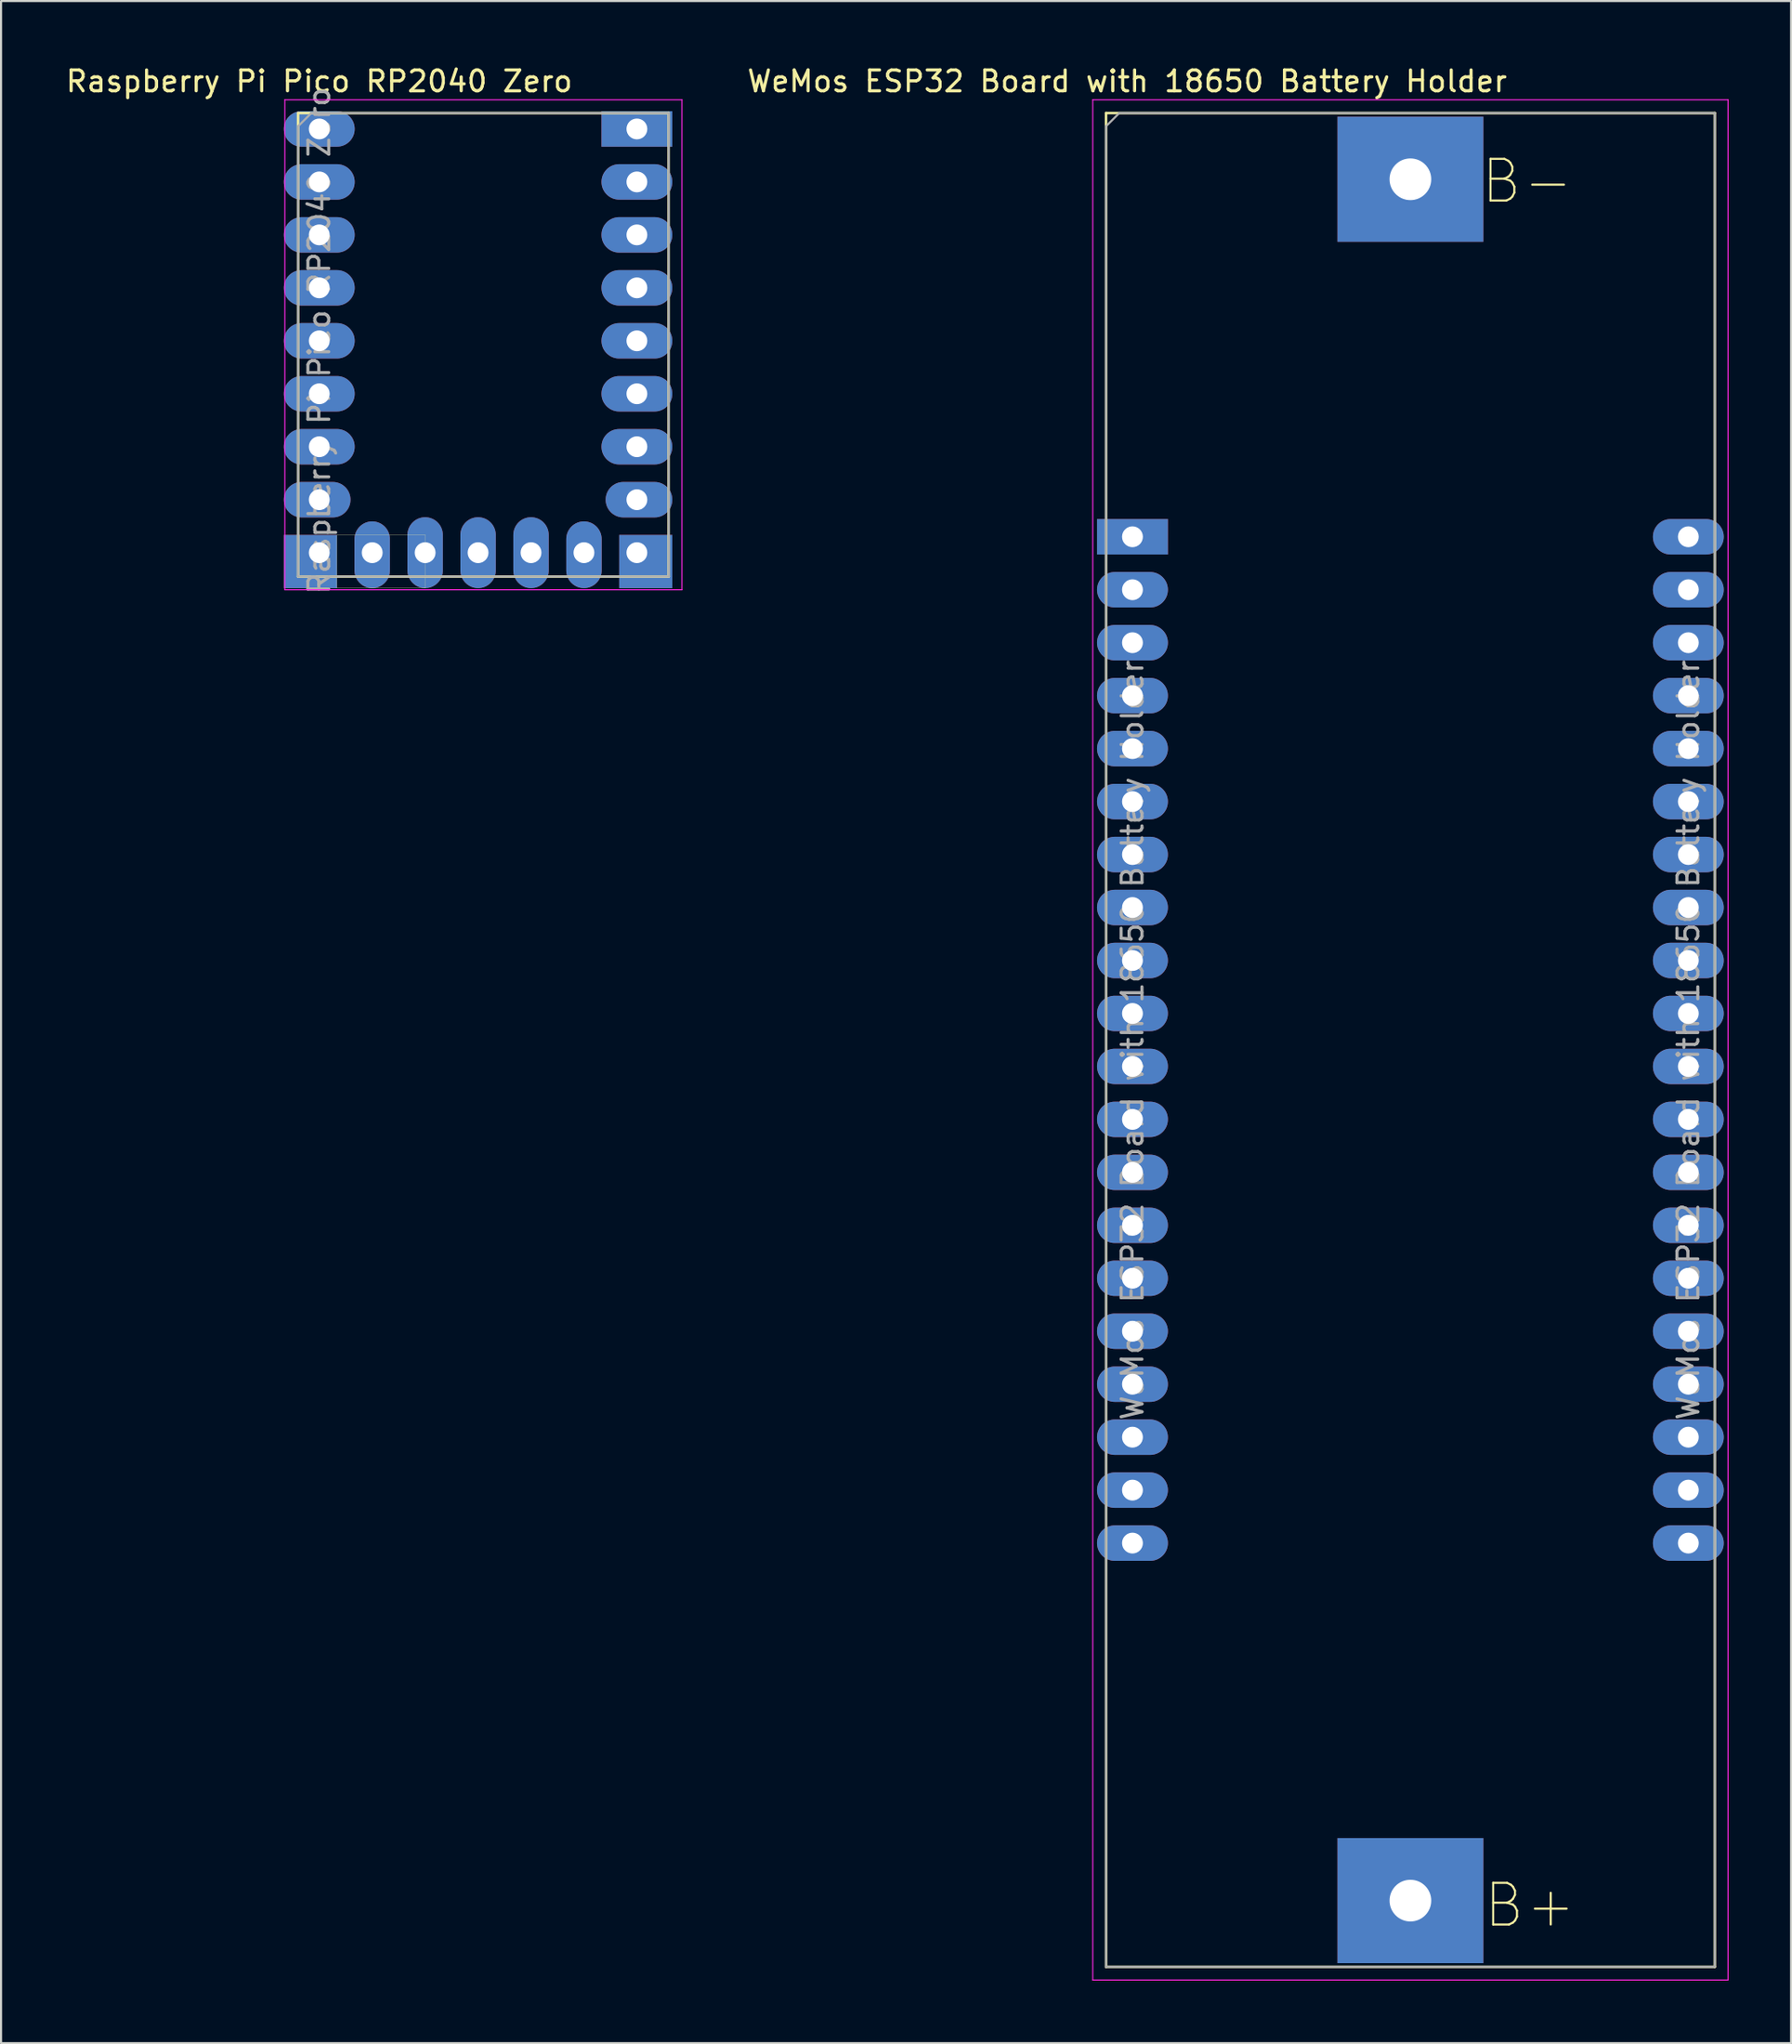
<source format=kicad_pcb>
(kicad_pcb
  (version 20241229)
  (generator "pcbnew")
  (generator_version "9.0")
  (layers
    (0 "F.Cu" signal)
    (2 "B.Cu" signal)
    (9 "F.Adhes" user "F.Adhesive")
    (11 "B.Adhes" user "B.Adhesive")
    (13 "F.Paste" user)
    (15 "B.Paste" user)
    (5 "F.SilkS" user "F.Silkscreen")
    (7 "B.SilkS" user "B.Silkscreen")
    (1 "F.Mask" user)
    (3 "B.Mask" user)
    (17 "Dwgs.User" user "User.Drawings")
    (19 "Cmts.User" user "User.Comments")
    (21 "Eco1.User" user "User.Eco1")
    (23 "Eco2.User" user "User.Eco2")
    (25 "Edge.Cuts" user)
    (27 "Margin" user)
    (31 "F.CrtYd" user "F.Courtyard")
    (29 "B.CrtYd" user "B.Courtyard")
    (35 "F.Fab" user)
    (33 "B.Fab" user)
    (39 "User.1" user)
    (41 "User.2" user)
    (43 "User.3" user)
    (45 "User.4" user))
  (footprint "Raspberry Pi Pico RP2040 Zero"
    (layer "F.Cu")
    (at 12.268 3.134)
    (property "Reference" "Raspberry Pi Pico RP2040 Zero" (at 0 -2.286 0) (layer "F.SilkS") (effects (font (size 1 1) (thickness 0.15))))
    (attr through_hole)
    (fp_line (start -1.016 -0.762) (end -1.016 21.463) (stroke (width 0.12) (type solid)) (layer "F.SilkS"))
    (fp_line (start -1.016 -0.762) (end 16.764 -0.762) (stroke (width 0.12) (type solid)) (layer "F.SilkS"))
    (fp_line (start -1.016 21.463) (end 16.764 21.463) (stroke (width 0.12) (type solid)) (layer "F.SilkS"))
    (fp_line (start 16.764 -0.762) (end 16.764 21.463) (stroke (width 0.12) (type solid)) (layer "F.SilkS"))
    (fp_rect (start 0.85 19.47) (end 5.09 22.02) (stroke (width 0.01) (type solid)) (fill no) (layer "F.SilkS"))
    (fp_line (start -1.651 -1.397) (end -1.651 22.098) (stroke (width 0.05) (type solid)) (layer "F.CrtYd"))
    (fp_line (start -1.651 -1.397) (end 17.399 -1.397) (stroke (width 0.05) (type solid)) (layer "F.CrtYd"))
    (fp_line (start -1.651 22.098) (end 17.399 22.098) (stroke (width 0.05) (type solid)) (layer "F.CrtYd"))
    (fp_line (start 17.399 -1.397) (end 17.399 22.098) (stroke (width 0.05) (type solid)) (layer "F.CrtYd"))
    (fp_line (start -1.016 -0.127) (end -0.381 -0.762) (stroke (width 0.1) (type solid)) (layer "F.Fab"))
    (fp_line (start -1.016 21.463) (end -1.016 -0.127) (stroke (width 0.1) (type solid)) (layer "F.Fab"))
    (fp_line (start -0.381 -0.762) (end 16.764 -0.762) (stroke (width 0.1) (type solid)) (layer "F.Fab"))
    (fp_line (start 16.764 -0.762) (end 16.764 21.463) (stroke (width 0.1) (type solid)) (layer "F.Fab"))
    (fp_line (start 16.764 21.463) (end -1.016 21.463) (stroke (width 0.1) (type solid)) (layer "F.Fab"))
    (fp_text user "${REFERENCE}" (at 0 10.16 90) (layer "F.Fab") (effects (font (size 1 1) (thickness 0.15))))
    (pad "1" thru_hole rect (at 15.24 0) (size 3.4 1.7) (drill 1) (layers "*.Cu" "*.Mask"))
    (pad "2" thru_hole oval (at 15.24 2.54) (size 3.4 1.7) (drill 1) (layers "*.Cu" "*.Mask"))
    (pad "3" thru_hole oval (at 15.24 5.08) (size 3.4 1.7) (drill 1) (layers "*.Cu" "*.Mask"))
    (pad "4" thru_hole oval (at 15.24 7.62) (size 3.4 1.7) (drill 1) (layers "*.Cu" "*.Mask"))
    (pad "5" thru_hole oval (at 15.24 10.16) (size 3.4 1.7) (drill 1) (layers "*.Cu" "*.Mask"))
    (pad "6" thru_hole oval (at 15.24 12.7) (size 3.4 1.7) (drill 1) (layers "*.Cu" "*.Mask"))
    (pad "7" thru_hole oval (at 15.24 15.24) (size 3.4 1.7) (drill 1) (layers "*.Cu" "*.Mask"))
    (pad "8" thru_hole oval (at 15.24 17.78) (size 3.2 1.7) (drill 1 (offset 0.1 0)) (layers "*.Cu" "*.Mask"))
    (pad "9" thru_hole rect (at 15.24 20.32) (size 2.55 2.55) (drill 1 (offset 0.425 0.425)) (layers "*.Cu" "*.Mask"))
    (pad "10" thru_hole oval (at 12.7 20.32 270) (size 3.2 1.7) (drill 1 (offset 0.1 0)) (layers "*.Cu" "*.Mask"))
    (pad "11" thru_hole oval (at 10.16 20.32 270) (size 3.4 1.7) (drill 1) (layers "*.Cu" "*.Mask"))
    (pad "12" thru_hole oval (at 7.62 20.32 270) (size 3.4 1.7) (drill 1) (layers "*.Cu" "*.Mask"))
    (pad "13" thru_hole oval (at 5.08 20.32 270) (size 3.4 1.7) (drill 1) (layers "*.Cu" "*.Mask"))
    (pad "14" thru_hole oval (at 2.54 20.32 90) (size 3.2 1.7) (drill 1 (offset -0.1 0)) (layers "*.Cu" "*.Mask"))
    (pad "15" thru_hole rect (at 0 20.32) (size 2.55 2.55) (drill 1 (offset -0.425 0.425)) (layers "*.Cu" "*.Mask"))
    (pad "16" thru_hole oval (at 0 17.78) (size 3.2 1.7) (drill 1 (offset -0.1 0)) (layers "*.Cu" "*.Mask"))
    (pad "17" thru_hole oval (at 0 15.24) (size 3.4 1.7) (drill 1) (layers "*.Cu" "*.Mask"))
    (pad "18" thru_hole oval (at 0 12.7) (size 3.4 1.7) (drill 1) (layers "*.Cu" "*.Mask"))
    (pad "19" thru_hole oval (at 0 10.16) (size 3.4 1.7) (drill 1) (layers "*.Cu" "*.Mask"))
    (pad "20" thru_hole oval (at 0 7.62) (size 3.4 1.7) (drill 1) (layers "*.Cu" "*.Mask"))
    (pad "21" thru_hole oval (at 0 5.08) (size 3.4 1.7) (drill 1) (layers "*.Cu" "*.Mask"))
    (pad "22" thru_hole oval (at 0 2.54) (size 3.4 1.7) (drill 1) (layers "*.Cu" "*.Mask"))
    (pad "23" thru_hole oval (at 0 0) (size 3.4 1.7) (drill 1) (layers "*.Cu" "*.Mask")))
  (footprint "WeMos ESP32 Board with 18650 Battery Holder"
    (layer "F.Cu")
    (at 51.285 22.692)
    (property "Reference" "WeMos ESP32 Board with 18650 Battery Holder" (at -0.254 -21.844 0) (layer "F.SilkS") (effects (font (size 1 1) (thickness 0.15))))
    (attr through_hole)
    (fp_line (start -1.27 -20.32) (end -1.27 68.58) (stroke (width 0.12) (type solid)) (layer "F.SilkS"))
    (fp_line (start -1.27 -20.32) (end 27.94 -20.32) (stroke (width 0.12) (type solid)) (layer "F.SilkS"))
    (fp_line (start -1.27 68.58) (end 27.94 68.58) (stroke (width 0.12) (type solid)) (layer "F.SilkS"))
    (fp_line (start 27.94 -20.32) (end 27.94 68.58) (stroke (width 0.12) (type solid)) (layer "F.SilkS"))
    (fp_line (start -1.905 -20.955) (end -1.905 69.215) (stroke (width 0.05) (type solid)) (layer "F.CrtYd"))
    (fp_line (start -1.905 -20.955) (end 28.575 -20.955) (stroke (width 0.05) (type solid)) (layer "F.CrtYd"))
    (fp_line (start -1.905 69.215) (end 28.575 69.215) (stroke (width 0.05) (type solid)) (layer "F.CrtYd"))
    (fp_line (start 28.575 -20.955) (end 28.575 69.215) (stroke (width 0.05) (type solid)) (layer "F.CrtYd"))
    (fp_line (start -1.27 -19.685) (end -0.635 -20.32) (stroke (width 0.1) (type solid)) (layer "F.Fab"))
    (fp_line (start -1.27 68.58) (end -1.27 -19.685) (stroke (width 0.1) (type solid)) (layer "F.Fab"))
    (fp_line (start -0.635 -20.32) (end 27.94 -20.32) (stroke (width 0.1) (type solid)) (layer "F.Fab"))
    (fp_line (start 27.94 -20.32) (end 27.94 68.58) (stroke (width 0.1) (type solid)) (layer "F.Fab"))
    (fp_line (start 27.94 68.58) (end -1.27 68.58) (stroke (width 0.1) (type solid)) (layer "F.Fab"))
    (fp_text user "B+" (at 16.764 66.802 0) (unlocked yes) (layer "F.SilkS") (effects (font (size 2 2) (thickness 0.1)) (justify left bottom)))
    (fp_text user "B-" (at 16.637 -15.875 0) (unlocked yes) (layer "F.SilkS") (effects (font (size 2 2) (thickness 0.1)) (justify left bottom)))
    (fp_text user "${REFERENCE}" (at 26.67 24.13 90) (layer "F.Fab") (effects (font (size 1 1) (thickness 0.15))))
    (fp_text user "${REFERENCE}" (at 0 24.13 90) (layer "F.Fab") (effects (font (size 1 1) (thickness 0.15))))
    (pad "1" thru_hole rect (at 0 0) (size 3.4 1.7) (drill 1) (layers "*.Cu" "*.Mask"))
    (pad "2" thru_hole oval (at 0 2.54) (size 3.4 1.7) (drill 1) (layers "*.Cu" "*.Mask"))
    (pad "3" thru_hole oval (at 0 5.08) (size 3.4 1.7) (drill 1) (layers "*.Cu" "*.Mask"))
    (pad "4" thru_hole oval (at 0 7.62) (size 3.4 1.7) (drill 1) (layers "*.Cu" "*.Mask"))
    (pad "5" thru_hole oval (at 0 10.16) (size 3.4 1.7) (drill 1) (layers "*.Cu" "*.Mask"))
    (pad "6" thru_hole oval (at 0 12.7) (size 3.4 1.7) (drill 1) (layers "*.Cu" "*.Mask"))
    (pad "7" thru_hole oval (at 0 15.24) (size 3.4 1.7) (drill 1) (layers "*.Cu" "*.Mask"))
    (pad "8" thru_hole oval (at 0 17.78) (size 3.4 1.7) (drill 1) (layers "*.Cu" "*.Mask"))
    (pad "9" thru_hole oval (at 0 20.32) (size 3.4 1.7) (drill 1) (layers "*.Cu" "*.Mask"))
    (pad "10" thru_hole oval (at 0 22.86) (size 3.4 1.7) (drill 1) (layers "*.Cu" "*.Mask"))
    (pad "11" thru_hole oval (at 0 25.4) (size 3.4 1.7) (drill 1) (layers "*.Cu" "*.Mask"))
    (pad "12" thru_hole oval (at 0 27.94) (size 3.4 1.7) (drill 1) (layers "*.Cu" "*.Mask"))
    (pad "13" thru_hole oval (at 0 30.48) (size 3.4 1.7) (drill 1) (layers "*.Cu" "*.Mask"))
    (pad "14" thru_hole oval (at 0 33.02) (size 3.4 1.7) (drill 1) (layers "*.Cu" "*.Mask"))
    (pad "15" thru_hole oval (at 0 35.56) (size 3.4 1.7) (drill 1) (layers "*.Cu" "*.Mask"))
    (pad "16" thru_hole oval (at 0 38.1) (size 3.4 1.7) (drill 1) (layers "*.Cu" "*.Mask"))
    (pad "17" thru_hole oval (at 0 40.64) (size 3.4 1.7) (drill 1) (layers "*.Cu" "*.Mask"))
    (pad "18" thru_hole oval (at 0 43.18) (size 3.4 1.7) (drill 1) (layers "*.Cu" "*.Mask"))
    (pad "19" thru_hole oval (at 0 45.72) (size 3.4 1.7) (drill 1) (layers "*.Cu" "*.Mask"))
    (pad "20" thru_hole oval (at 0 48.26) (size 3.4 1.7) (drill 1) (layers "*.Cu" "*.Mask"))
    (pad "21" thru_hole oval (at 26.67 48.26) (size 3.4 1.7) (drill 1) (layers "*.Cu" "*.Mask"))
    (pad "22" thru_hole oval (at 26.67 45.72) (size 3.4 1.7) (drill 1) (layers "*.Cu" "*.Mask"))
    (pad "23" thru_hole oval (at 26.67 43.18) (size 3.4 1.7) (drill 1) (layers "*.Cu" "*.Mask"))
    (pad "24" thru_hole oval (at 26.67 40.64) (size 3.4 1.7) (drill 1) (layers "*.Cu" "*.Mask"))
    (pad "25" thru_hole oval (at 26.67 38.1) (size 3.4 1.7) (drill 1) (layers "*.Cu" "*.Mask"))
    (pad "26" thru_hole oval (at 26.67 35.56) (size 3.4 1.7) (drill 1) (layers "*.Cu" "*.Mask"))
    (pad "27" thru_hole oval (at 26.67 33.02) (size 3.4 1.7) (drill 1) (layers "*.Cu" "*.Mask"))
    (pad "28" thru_hole oval (at 26.67 30.48) (size 3.4 1.7) (drill 1) (layers "*.Cu" "*.Mask"))
    (pad "29" thru_hole oval (at 26.67 27.94) (size 3.4 1.7) (drill 1) (layers "*.Cu" "*.Mask"))
    (pad "30" thru_hole oval (at 26.67 25.4) (size 3.4 1.7) (drill 1) (layers "*.Cu" "*.Mask"))
    (pad "31" thru_hole oval (at 26.67 22.86) (size 3.4 1.7) (drill 1) (layers "*.Cu" "*.Mask"))
    (pad "32" thru_hole oval (at 26.67 20.32) (size 3.4 1.7) (drill 1) (layers "*.Cu" "*.Mask"))
    (pad "33" thru_hole oval (at 26.67 17.78) (size 3.4 1.7) (drill 1) (layers "*.Cu" "*.Mask"))
    (pad "34" thru_hole oval (at 26.67 15.24) (size 3.4 1.7) (drill 1) (layers "*.Cu" "*.Mask"))
    (pad "35" thru_hole oval (at 26.67 12.7) (size 3.4 1.7) (drill 1) (layers "*.Cu" "*.Mask"))
    (pad "36" thru_hole oval (at 26.67 10.16) (size 3.4 1.7) (drill 1) (layers "*.Cu" "*.Mask"))
    (pad "37" thru_hole oval (at 26.67 7.62) (size 3.4 1.7) (drill 1) (layers "*.Cu" "*.Mask"))
    (pad "38" thru_hole oval (at 26.67 5.08) (size 3.4 1.7) (drill 1) (layers "*.Cu" "*.Mask"))
    (pad "39" thru_hole oval (at 26.67 2.54) (size 3.4 1.7) (drill 1) (layers "*.Cu" "*.Mask"))
    (pad "40" thru_hole oval (at 26.67 0) (size 3.4 1.7) (drill 1) (layers "*.Cu" "*.Mask"))
    (pad "41" thru_hole rect (at 13.335 -17.145) (size 7 6) (drill 2) (layers "*.Cu" "*.Mask"))
    (pad "42" thru_hole rect (at 13.335 65.405) (size 7 6) (drill 2) (layers "*.Cu" "*.Mask")))
  (gr_rect
    (start -3 -3)
    (end 82.885 94.932)
    (stroke (width 0.1) (type default))
    (fill no)
    (layer "Edge.Cuts")))
</source>
